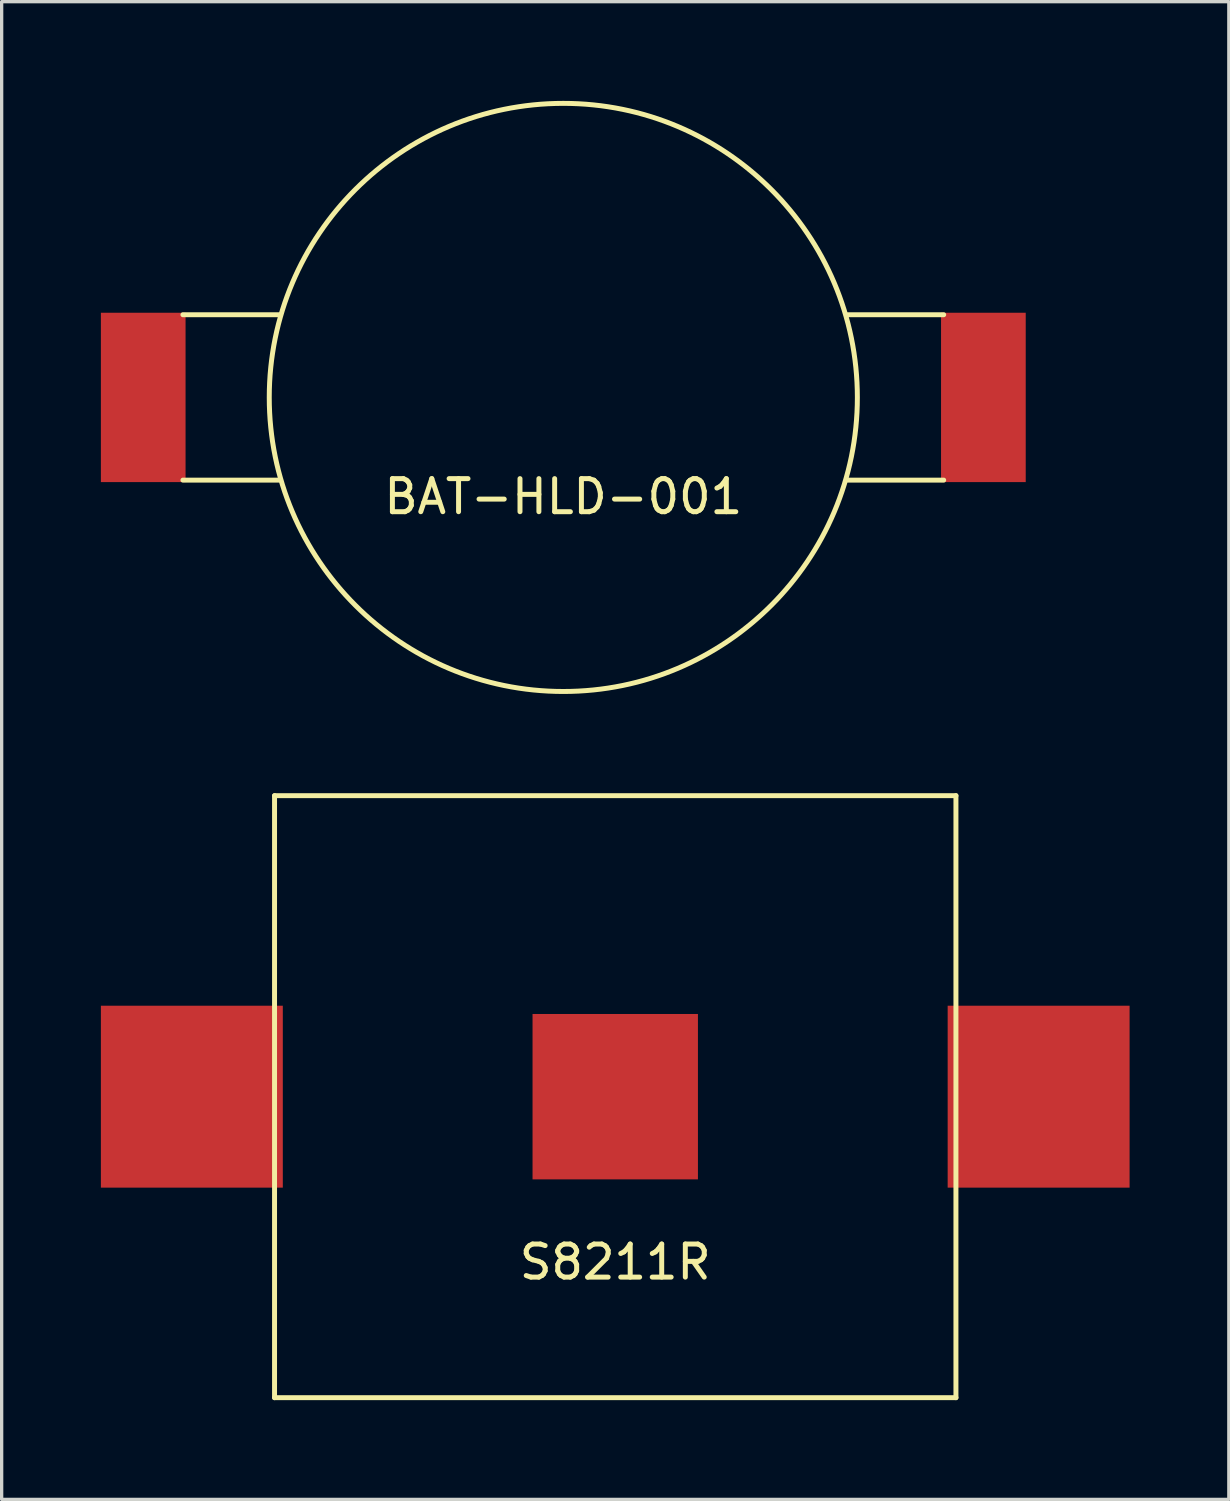
<source format=kicad_pcb>
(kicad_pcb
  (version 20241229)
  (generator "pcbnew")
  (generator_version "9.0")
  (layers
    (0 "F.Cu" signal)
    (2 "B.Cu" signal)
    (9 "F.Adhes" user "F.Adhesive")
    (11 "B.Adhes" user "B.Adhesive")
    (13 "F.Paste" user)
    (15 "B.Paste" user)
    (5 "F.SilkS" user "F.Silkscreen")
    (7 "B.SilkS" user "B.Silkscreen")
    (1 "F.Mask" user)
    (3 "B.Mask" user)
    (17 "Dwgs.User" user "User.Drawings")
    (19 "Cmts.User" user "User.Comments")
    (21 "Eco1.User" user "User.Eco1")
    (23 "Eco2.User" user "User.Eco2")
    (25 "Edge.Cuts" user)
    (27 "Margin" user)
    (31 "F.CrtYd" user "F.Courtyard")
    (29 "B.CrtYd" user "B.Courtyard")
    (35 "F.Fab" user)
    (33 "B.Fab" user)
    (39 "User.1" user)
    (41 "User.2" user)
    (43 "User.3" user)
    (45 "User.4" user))
  (footprint "BAT-HLD-001"
    (layer "F.Cu")
    (at 13.98 8.965)
    (property "Reference" "BAT-HLD-001" (at 0 3 0) (layer "F.SilkS") (effects (font (size 1 1) (thickness 0.15))))
    (attr smd)
    (fp_line (start -8.6 -2.5) (end -11.5 -2.5) (stroke (width 0.15) (type solid)) (layer "F.SilkS"))
    (fp_line (start -8.6 2.5) (end -11.5 2.5) (stroke (width 0.15) (type solid)) (layer "F.SilkS"))
    (fp_line (start 11.5 -2.5) (end 8.6 -2.5) (stroke (width 0.15) (type solid)) (layer "F.SilkS"))
    (fp_line (start 11.5 2.5) (end 8.6 2.5) (stroke (width 0.15) (type solid)) (layer "F.SilkS"))
    (fp_circle (center 0 0) (end 8.89 0) (stroke (width 0.15) (type solid)) (fill no) (layer "F.SilkS"))
    (pad "1" smd rect (at -12.7 0) (size 2.56 5.12) (layers "F.Cu" "F.Mask" "F.Paste"))
    (pad "2" smd rect (at 12.7 0) (size 2.56 5.12) (layers "F.Cu" "F.Mask" "F.Paste")))
  (footprint "S8211R"
    (layer "F.Cu")
    (at 15.55 30.105)
    (property "Reference" "S8211R" (at 0 5 0) (layer "F.SilkS") (effects (font (size 1 1) (thickness 0.15))))
    (attr smd)
    (fp_line (start -10.3 -9.1) (end -10.3 9.1) (stroke (width 0.15) (type solid)) (layer "F.SilkS"))
    (fp_line (start -10.3 9.1) (end 10.3 9.1) (stroke (width 0.15) (type solid)) (layer "F.SilkS"))
    (fp_line (start 10.3 -9.1) (end -10.3 -9.1) (stroke (width 0.15) (type solid)) (layer "F.SilkS"))
    (fp_line (start 10.3 9.1) (end 10.3 -9.1) (stroke (width 0.15) (type solid)) (layer "F.SilkS"))
    (pad "1" smd rect (at -12.8 0) (size 5.5 5.5) (layers "F.Cu" "F.Mask" "F.Paste"))
    (pad "1" smd rect (at 12.8 0) (size 5.5 5.5) (layers "F.Cu" "F.Mask" "F.Paste"))
    (pad "2" smd rect (at 0 0) (size 5 5) (layers "F.Cu" "F.Mask" "F.Paste")))
  (gr_rect
    (start -3 -3)
    (end 34.1 42.28)
    (stroke (width 0.1) (type default))
    (fill no)
    (layer "Edge.Cuts")))
</source>
